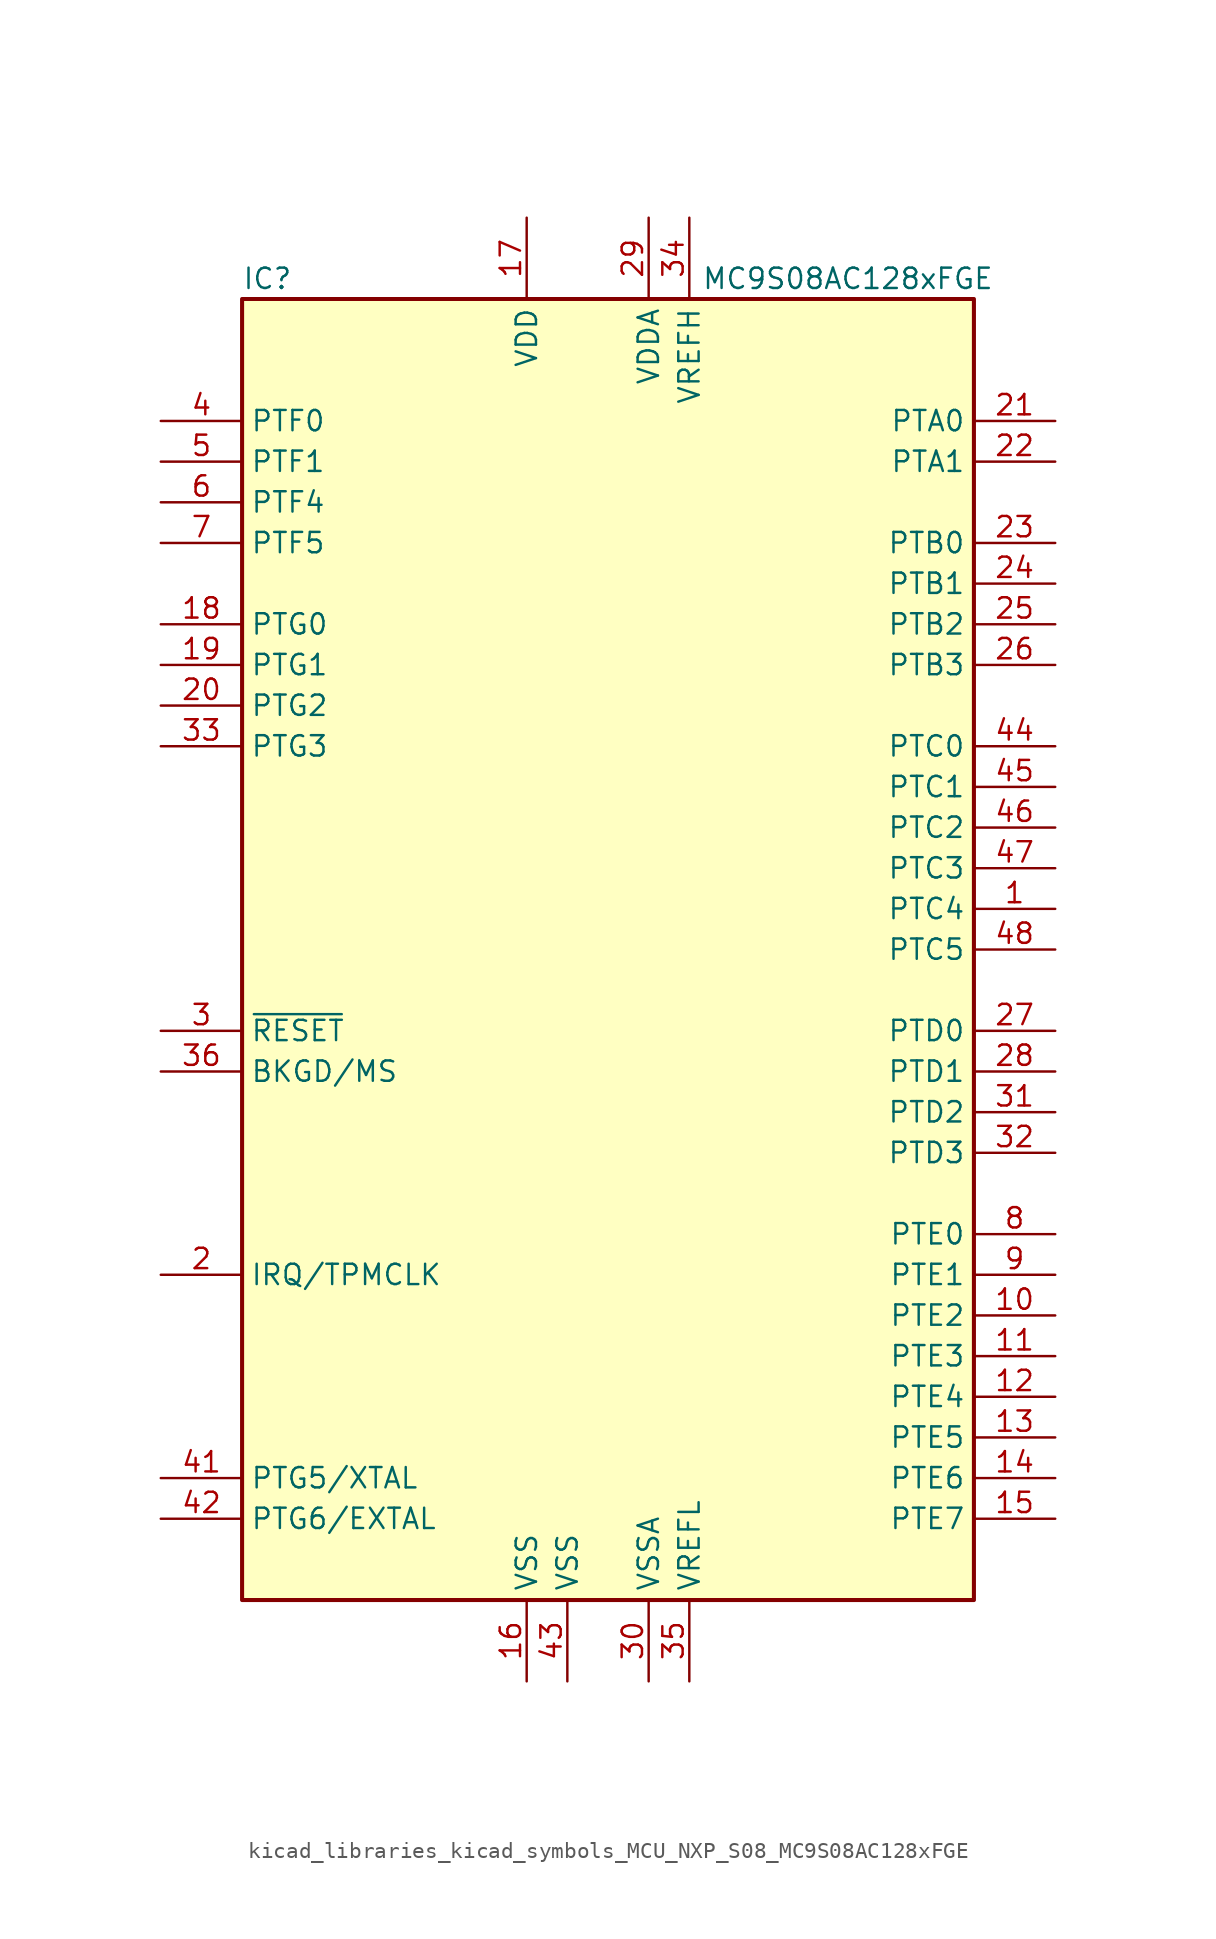
<source format=kicad_sym>
(kicad_symbol_lib
  (version 20220914)
  (generator kicad_symbol_editor)
  (symbol "kicad_libraries_kicad_symbols_MCU_NXP_S08_MC9S08AC128xFGE"
    (property "Reference" "IC"
      (at -22.86 41.91 0)
      (effects (font (size 1.27 1.27)) (justify left)))
    (property "Value" "MC9S08AC128xFGE"
      (at 24.13 41.91 0)
      (effects (font (size 1.27 1.27)) (justify right)))
    (symbol "kicad_libraries_kicad_symbols_MCU_NXP_S08_MC9S08AC128xFGE_0_1"
      (rectangle (start -22.86 40.64) (end 22.86 -40.64) (stroke (width 0.254) (type default)) (fill (type background))))
    (symbol "kicad_libraries_kicad_symbols_MCU_NXP_S08_MC9S08AC128xFGE_1_1"
      (pin bidirectional line (at 27.94 2.54 180) (length 5.08) (name "PTC4" (effects (font (size 1.27 1.27)))) (number "1" (effects (font (size 1.27 1.27)))))
      (pin bidirectional line (at 27.94 -22.86 180) (length 5.08) (name "PTE2" (effects (font (size 1.27 1.27)))) (number "10" (effects (font (size 1.27 1.27)))))
      (pin bidirectional line (at 27.94 -25.4 180) (length 5.08) (name "PTE3" (effects (font (size 1.27 1.27)))) (number "11" (effects (font (size 1.27 1.27)))))
      (pin bidirectional line (at 27.94 -27.94 180) (length 5.08) (name "PTE4" (effects (font (size 1.27 1.27)))) (number "12" (effects (font (size 1.27 1.27)))))
      (pin bidirectional line (at 27.94 -30.48 180) (length 5.08) (name "PTE5" (effects (font (size 1.27 1.27)))) (number "13" (effects (font (size 1.27 1.27)))))
      (pin bidirectional line (at 27.94 -33.02 180) (length 5.08) (name "PTE6" (effects (font (size 1.27 1.27)))) (number "14" (effects (font (size 1.27 1.27)))))
      (pin bidirectional line (at 27.94 -35.56 180) (length 5.08) (name "PTE7" (effects (font (size 1.27 1.27)))) (number "15" (effects (font (size 1.27 1.27)))))
      (pin power_in line (at -5.08 -45.72 90) (length 5.08) (name "VSS" (effects (font (size 1.27 1.27)))) (number "16" (effects (font (size 1.27 1.27)))))
      (pin power_in line (at -5.08 45.72 270) (length 5.08) (name "VDD" (effects (font (size 1.27 1.27)))) (number "17" (effects (font (size 1.27 1.27)))))
      (pin bidirectional line (at -27.94 20.32 0) (length 5.08) (name "PTG0" (effects (font (size 1.27 1.27)))) (number "18" (effects (font (size 1.27 1.27)))))
      (pin bidirectional line (at -27.94 17.78 0) (length 5.08) (name "PTG1" (effects (font (size 1.27 1.27)))) (number "19" (effects (font (size 1.27 1.27)))))
      (pin input line (at -27.94 -20.32 0) (length 5.08) (name "IRQ/TPMCLK" (effects (font (size 1.27 1.27)))) (number "2" (effects (font (size 1.27 1.27)))))
      (pin bidirectional line (at -27.94 15.24 0) (length 5.08) (name "PTG2" (effects (font (size 1.27 1.27)))) (number "20" (effects (font (size 1.27 1.27)))))
      (pin bidirectional line (at 27.94 33.02 180) (length 5.08) (name "PTA0" (effects (font (size 1.27 1.27)))) (number "21" (effects (font (size 1.27 1.27)))))
      (pin bidirectional line (at 27.94 30.48 180) (length 5.08) (name "PTA1" (effects (font (size 1.27 1.27)))) (number "22" (effects (font (size 1.27 1.27)))))
      (pin bidirectional line (at 27.94 25.4 180) (length 5.08) (name "PTB0" (effects (font (size 1.27 1.27)))) (number "23" (effects (font (size 1.27 1.27)))))
      (pin bidirectional line (at 27.94 22.86 180) (length 5.08) (name "PTB1" (effects (font (size 1.27 1.27)))) (number "24" (effects (font (size 1.27 1.27)))))
      (pin bidirectional line (at 27.94 20.32 180) (length 5.08) (name "PTB2" (effects (font (size 1.27 1.27)))) (number "25" (effects (font (size 1.27 1.27)))))
      (pin bidirectional line (at 27.94 17.78 180) (length 5.08) (name "PTB3" (effects (font (size 1.27 1.27)))) (number "26" (effects (font (size 1.27 1.27)))))
      (pin bidirectional line (at 27.94 -5.08 180) (length 5.08) (name "PTD0" (effects (font (size 1.27 1.27)))) (number "27" (effects (font (size 1.27 1.27)))))
      (pin bidirectional line (at 27.94 -7.62 180) (length 5.08) (name "PTD1" (effects (font (size 1.27 1.27)))) (number "28" (effects (font (size 1.27 1.27)))))
      (pin power_in line (at 2.54 45.72 270) (length 5.08) (name "VDDA" (effects (font (size 1.27 1.27)))) (number "29" (effects (font (size 1.27 1.27)))))
      (pin input line (at -27.94 -5.08 0) (length 5.08) (name "~{RESET}" (effects (font (size 1.27 1.27)))) (number "3" (effects (font (size 1.27 1.27)))))
      (pin power_in line (at 2.54 -45.72 90) (length 5.08) (name "VSSA" (effects (font (size 1.27 1.27)))) (number "30" (effects (font (size 1.27 1.27)))))
      (pin bidirectional line (at 27.94 -10.16 180) (length 5.08) (name "PTD2" (effects (font (size 1.27 1.27)))) (number "31" (effects (font (size 1.27 1.27)))))
      (pin bidirectional line (at 27.94 -12.7 180) (length 5.08) (name "PTD3" (effects (font (size 1.27 1.27)))) (number "32" (effects (font (size 1.27 1.27)))))
      (pin bidirectional line (at -27.94 12.7 0) (length 5.08) (name "PTG3" (effects (font (size 1.27 1.27)))) (number "33" (effects (font (size 1.27 1.27)))))
      (pin power_in line (at 5.08 45.72 270) (length 5.08) (name "VREFH" (effects (font (size 1.27 1.27)))) (number "34" (effects (font (size 1.27 1.27)))))
      (pin power_in line (at 5.08 -45.72 90) (length 5.08) (name "VREFL" (effects (font (size 1.27 1.27)))) (number "35" (effects (font (size 1.27 1.27)))))
      (pin bidirectional line (at -27.94 -7.62 0) (length 5.08) (name "BKGD/MS" (effects (font (size 1.27 1.27)))) (number "36" (effects (font (size 1.27 1.27)))))
      (pin bidirectional line (at -27.94 33.02 0) (length 5.08) (name "PTF0" (effects (font (size 1.27 1.27)))) (number "4" (effects (font (size 1.27 1.27)))))
      (pin bidirectional line (at -27.94 -33.02 0) (length 5.08) (name "PTG5/XTAL" (effects (font (size 1.27 1.27)))) (number "41" (effects (font (size 1.27 1.27)))))
      (pin bidirectional line (at -27.94 -35.56 0) (length 5.08) (name "PTG6/EXTAL" (effects (font (size 1.27 1.27)))) (number "42" (effects (font (size 1.27 1.27)))))
      (pin power_in line (at -2.54 -45.72 90) (length 5.08) (name "VSS" (effects (font (size 1.27 1.27)))) (number "43" (effects (font (size 1.27 1.27)))))
      (pin bidirectional line (at 27.94 12.7 180) (length 5.08) (name "PTC0" (effects (font (size 1.27 1.27)))) (number "44" (effects (font (size 1.27 1.27)))))
      (pin bidirectional line (at 27.94 10.16 180) (length 5.08) (name "PTC1" (effects (font (size 1.27 1.27)))) (number "45" (effects (font (size 1.27 1.27)))))
      (pin bidirectional line (at 27.94 7.62 180) (length 5.08) (name "PTC2" (effects (font (size 1.27 1.27)))) (number "46" (effects (font (size 1.27 1.27)))))
      (pin bidirectional line (at 27.94 5.08 180) (length 5.08) (name "PTC3" (effects (font (size 1.27 1.27)))) (number "47" (effects (font (size 1.27 1.27)))))
      (pin bidirectional line (at 27.94 0 180) (length 5.08) (name "PTC5" (effects (font (size 1.27 1.27)))) (number "48" (effects (font (size 1.27 1.27)))))
      (pin bidirectional line (at -27.94 30.48 0) (length 5.08) (name "PTF1" (effects (font (size 1.27 1.27)))) (number "5" (effects (font (size 1.27 1.27)))))
      (pin bidirectional line (at -27.94 27.94 0) (length 5.08) (name "PTF4" (effects (font (size 1.27 1.27)))) (number "6" (effects (font (size 1.27 1.27)))))
      (pin bidirectional line (at -27.94 25.4 0) (length 5.08) (name "PTF5" (effects (font (size 1.27 1.27)))) (number "7" (effects (font (size 1.27 1.27)))))
      (pin bidirectional line (at 27.94 -17.78 180) (length 5.08) (name "PTE0" (effects (font (size 1.27 1.27)))) (number "8" (effects (font (size 1.27 1.27)))))
      (pin bidirectional line (at 27.94 -20.32 180) (length 5.08) (name "PTE1" (effects (font (size 1.27 1.27)))) (number "9" (effects (font (size 1.27 1.27))))))))
</source>
